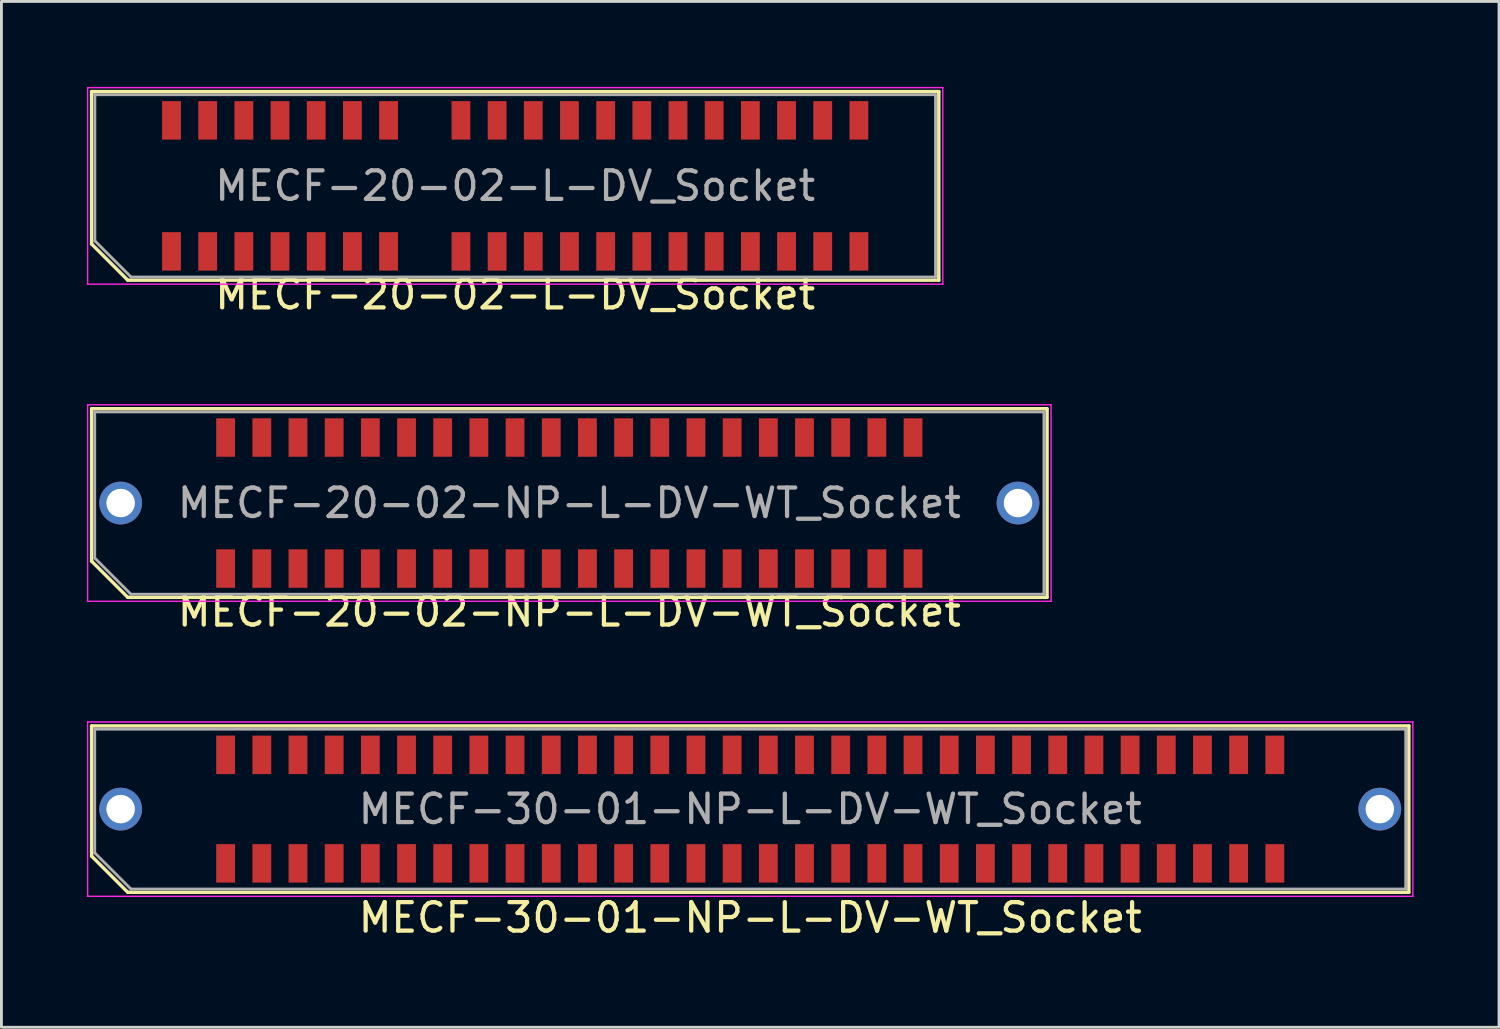
<source format=kicad_pcb>
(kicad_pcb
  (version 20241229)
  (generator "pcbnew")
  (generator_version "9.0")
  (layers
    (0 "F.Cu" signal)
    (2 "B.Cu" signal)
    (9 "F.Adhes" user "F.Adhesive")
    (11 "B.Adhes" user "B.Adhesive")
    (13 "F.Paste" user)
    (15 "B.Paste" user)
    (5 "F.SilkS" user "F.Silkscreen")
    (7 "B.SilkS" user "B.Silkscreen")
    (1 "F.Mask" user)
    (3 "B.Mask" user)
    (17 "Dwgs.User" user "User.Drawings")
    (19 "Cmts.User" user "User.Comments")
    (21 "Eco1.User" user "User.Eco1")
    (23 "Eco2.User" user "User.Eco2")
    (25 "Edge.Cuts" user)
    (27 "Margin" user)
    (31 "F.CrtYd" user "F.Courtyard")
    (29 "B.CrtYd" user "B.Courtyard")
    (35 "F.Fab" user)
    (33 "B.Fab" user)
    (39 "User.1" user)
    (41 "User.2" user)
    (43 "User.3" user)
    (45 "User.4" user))
  (footprint "MECF-30-01-NP-L-DV-WT_Socket"
    (layer "F.Cu")
    (at 23.285 25.352)
    (property "Reference" "MECF-30-01-NP-L-DV-WT_Socket" (at 0 3.81 0) (layer "F.SilkS") (effects (font (size 1 1) (thickness 0.15))))
    (attr smd)
    (fp_line (start -23.12 -2.92) (end 23.12 -2.92) (stroke (width 0.12) (type solid)) (layer "F.SilkS"))
    (fp_line (start -23.12 1.65) (end -23.12 -2.92) (stroke (width 0.12) (type solid)) (layer "F.SilkS"))
    (fp_line (start -21.85 2.92) (end -23.12 1.65) (stroke (width 0.12) (type solid)) (layer "F.SilkS"))
    (fp_line (start -21.85 2.92) (end 23.12 2.92) (stroke (width 0.12) (type solid)) (layer "F.SilkS"))
    (fp_line (start 23.12 2.92) (end 23.12 -2.92) (stroke (width 0.12) (type solid)) (layer "F.SilkS"))
    (fp_line (start -23.26 -3.06) (end -23.26 3.06) (stroke (width 0.05) (type solid)) (layer "F.CrtYd"))
    (fp_line (start -23.26 3.06) (end 23.26 3.06) (stroke (width 0.05) (type solid)) (layer "F.CrtYd"))
    (fp_line (start 23.26 -3.06) (end -23.26 -3.06) (stroke (width 0.05) (type solid)) (layer "F.CrtYd"))
    (fp_line (start 23.26 3.06) (end 23.26 -3.06) (stroke (width 0.05) (type solid)) (layer "F.CrtYd"))
    (fp_line (start -23.01 -2.805) (end 23.01 -2.805) (stroke (width 0.1) (type solid)) (layer "F.Fab"))
    (fp_line (start -23.01 1.535) (end -23.01 -2.805) (stroke (width 0.1) (type solid)) (layer "F.Fab"))
    (fp_line (start -23.01 1.535) (end -21.74 2.805) (stroke (width 0.1) (type solid)) (layer "F.Fab"))
    (fp_line (start -21.74 2.805) (end 23.01 2.805) (stroke (width 0.1) (type solid)) (layer "F.Fab"))
    (fp_line (start 23.01 2.805) (end 23.01 -2.805) (stroke (width 0.1) (type solid)) (layer "F.Fab"))
    (fp_text user "${REFERENCE}" (at 0 0 0) (layer "F.Fab") (effects (font (size 1 1) (thickness 0.15))))
    (pad "" thru_hole circle (at -22.1 0) (size 1.5 1.5) (drill 1) (layers "*.Cu" "*.Mask"))
    (pad "" np_thru_hole circle (at -20.195 0) (size 0.001 0.001) (drill 1.45) (layers "*.Cu" "*.Mask"))
    (pad "" np_thru_hole circle (at 20.195 1) (size 0.001 0.001) (drill 1.45) (layers "*.Cu" "*.Mask"))
    (pad "" thru_hole circle (at 22.1 0) (size 1.5 1.5) (drill 1) (layers "*.Cu" "*.Mask"))
    (pad "1" smd rect (at -18.415 1.905) (size 0.66 1.35) (layers "F.Cu" "F.Mask" "F.Paste"))
    (pad "2" smd rect (at -18.415 -1.905) (size 0.66 1.35) (layers "F.Cu" "F.Mask" "F.Paste"))
    (pad "3" smd rect (at -17.145 1.905) (size 0.66 1.35) (layers "F.Cu" "F.Mask" "F.Paste"))
    (pad "4" smd rect (at -17.145 -1.905) (size 0.66 1.35) (layers "F.Cu" "F.Mask" "F.Paste"))
    (pad "5" smd rect (at -15.875 1.905) (size 0.66 1.35) (layers "F.Cu" "F.Mask" "F.Paste"))
    (pad "6" smd rect (at -15.875 -1.905) (size 0.66 1.35) (layers "F.Cu" "F.Mask" "F.Paste"))
    (pad "7" smd rect (at -14.605 1.905) (size 0.66 1.35) (layers "F.Cu" "F.Mask" "F.Paste"))
    (pad "8" smd rect (at -14.605 -1.905) (size 0.66 1.35) (layers "F.Cu" "F.Mask" "F.Paste"))
    (pad "9" smd rect (at -13.335 1.905) (size 0.66 1.35) (layers "F.Cu" "F.Mask" "F.Paste"))
    (pad "10" smd rect (at -13.335 -1.905) (size 0.66 1.35) (layers "F.Cu" "F.Mask" "F.Paste"))
    (pad "11" smd rect (at -12.065 1.905) (size 0.66 1.35) (layers "F.Cu" "F.Mask" "F.Paste"))
    (pad "12" smd rect (at -12.065 -1.905) (size 0.66 1.35) (layers "F.Cu" "F.Mask" "F.Paste"))
    (pad "13" smd rect (at -10.795 1.905) (size 0.66 1.35) (layers "F.Cu" "F.Mask" "F.Paste"))
    (pad "14" smd rect (at -10.795 -1.905) (size 0.66 1.35) (layers "F.Cu" "F.Mask" "F.Paste"))
    (pad "15" smd rect (at -9.525 1.905) (size 0.66 1.35) (layers "F.Cu" "F.Mask" "F.Paste"))
    (pad "16" smd rect (at -9.525 -1.905) (size 0.66 1.35) (layers "F.Cu" "F.Mask" "F.Paste"))
    (pad "17" smd rect (at -8.255 1.905) (size 0.66 1.35) (layers "F.Cu" "F.Mask" "F.Paste"))
    (pad "18" smd rect (at -8.255 -1.905) (size 0.66 1.35) (layers "F.Cu" "F.Mask" "F.Paste"))
    (pad "19" smd rect (at -6.985 1.905) (size 0.66 1.35) (layers "F.Cu" "F.Mask" "F.Paste"))
    (pad "20" smd rect (at -6.985 -1.905) (size 0.66 1.35) (layers "F.Cu" "F.Mask" "F.Paste"))
    (pad "21" smd rect (at -5.715 1.905) (size 0.66 1.35) (layers "F.Cu" "F.Mask" "F.Paste"))
    (pad "22" smd rect (at -5.715 -1.905) (size 0.66 1.35) (layers "F.Cu" "F.Mask" "F.Paste"))
    (pad "23" smd rect (at -4.445 1.905) (size 0.66 1.35) (layers "F.Cu" "F.Mask" "F.Paste"))
    (pad "24" smd rect (at -4.445 -1.905) (size 0.66 1.35) (layers "F.Cu" "F.Mask" "F.Paste"))
    (pad "25" smd rect (at -3.175 1.905) (size 0.66 1.35) (layers "F.Cu" "F.Mask" "F.Paste"))
    (pad "26" smd rect (at -3.175 -1.905) (size 0.66 1.35) (layers "F.Cu" "F.Mask" "F.Paste"))
    (pad "27" smd rect (at -1.905 1.905) (size 0.66 1.35) (layers "F.Cu" "F.Mask" "F.Paste"))
    (pad "28" smd rect (at -1.905 -1.905) (size 0.66 1.35) (layers "F.Cu" "F.Mask" "F.Paste"))
    (pad "29" smd rect (at -0.635 1.905) (size 0.66 1.35) (layers "F.Cu" "F.Mask" "F.Paste"))
    (pad "30" smd rect (at -0.635 -1.905) (size 0.66 1.35) (layers "F.Cu" "F.Mask" "F.Paste"))
    (pad "31" smd rect (at 0.635 1.905) (size 0.66 1.35) (layers "F.Cu" "F.Mask" "F.Paste"))
    (pad "32" smd rect (at 0.635 -1.905) (size 0.66 1.35) (layers "F.Cu" "F.Mask" "F.Paste"))
    (pad "33" smd rect (at 1.905 1.905) (size 0.66 1.35) (layers "F.Cu" "F.Mask" "F.Paste"))
    (pad "34" smd rect (at 1.905 -1.905) (size 0.66 1.35) (layers "F.Cu" "F.Mask" "F.Paste"))
    (pad "35" smd rect (at 3.175 1.905) (size 0.66 1.35) (layers "F.Cu" "F.Mask" "F.Paste"))
    (pad "36" smd rect (at 3.175 -1.905) (size 0.66 1.35) (layers "F.Cu" "F.Mask" "F.Paste"))
    (pad "37" smd rect (at 4.445 1.905) (size 0.66 1.35) (layers "F.Cu" "F.Mask" "F.Paste"))
    (pad "38" smd rect (at 4.445 -1.905) (size 0.66 1.35) (layers "F.Cu" "F.Mask" "F.Paste"))
    (pad "39" smd rect (at 5.715 1.905) (size 0.66 1.35) (layers "F.Cu" "F.Mask" "F.Paste"))
    (pad "40" smd rect (at 5.715 -1.905) (size 0.66 1.35) (layers "F.Cu" "F.Mask" "F.Paste"))
    (pad "41" smd rect (at 6.985 1.905) (size 0.66 1.35) (layers "F.Cu" "F.Mask" "F.Paste"))
    (pad "42" smd rect (at 6.985 -1.905) (size 0.66 1.35) (layers "F.Cu" "F.Mask" "F.Paste"))
    (pad "43" smd rect (at 8.255 1.905) (size 0.66 1.35) (layers "F.Cu" "F.Mask" "F.Paste"))
    (pad "44" smd rect (at 8.255 -1.905) (size 0.66 1.35) (layers "F.Cu" "F.Mask" "F.Paste"))
    (pad "45" smd rect (at 9.525 1.905) (size 0.66 1.35) (layers "F.Cu" "F.Mask" "F.Paste"))
    (pad "46" smd rect (at 9.525 -1.905) (size 0.66 1.35) (layers "F.Cu" "F.Mask" "F.Paste"))
    (pad "47" smd rect (at 10.795 1.905) (size 0.66 1.35) (layers "F.Cu" "F.Mask" "F.Paste"))
    (pad "48" smd rect (at 10.795 -1.905) (size 0.66 1.35) (layers "F.Cu" "F.Mask" "F.Paste"))
    (pad "49" smd rect (at 12.065 1.905) (size 0.66 1.35) (layers "F.Cu" "F.Mask" "F.Paste"))
    (pad "50" smd rect (at 12.065 -1.905) (size 0.66 1.35) (layers "F.Cu" "F.Mask" "F.Paste"))
    (pad "51" smd rect (at 13.335 1.905) (size 0.66 1.35) (layers "F.Cu" "F.Mask" "F.Paste"))
    (pad "52" smd rect (at 13.335 -1.905) (size 0.66 1.35) (layers "F.Cu" "F.Mask" "F.Paste"))
    (pad "53" smd rect (at 14.605 1.905) (size 0.66 1.35) (layers "F.Cu" "F.Mask" "F.Paste"))
    (pad "54" smd rect (at 14.605 -1.905) (size 0.66 1.35) (layers "F.Cu" "F.Mask" "F.Paste"))
    (pad "55" smd rect (at 15.875 1.905) (size 0.66 1.35) (layers "F.Cu" "F.Mask" "F.Paste"))
    (pad "56" smd rect (at 15.875 -1.905) (size 0.66 1.35) (layers "F.Cu" "F.Mask" "F.Paste"))
    (pad "57" smd rect (at 17.145 1.905) (size 0.66 1.35) (layers "F.Cu" "F.Mask" "F.Paste"))
    (pad "58" smd rect (at 17.145 -1.905) (size 0.66 1.35) (layers "F.Cu" "F.Mask" "F.Paste"))
    (pad "59" smd rect (at 18.415 1.905) (size 0.66 1.35) (layers "F.Cu" "F.Mask" "F.Paste"))
    (pad "60" smd rect (at 18.415 -1.905) (size 0.66 1.35) (layers "F.Cu" "F.Mask" "F.Paste")))
  (footprint "MECF-20-02-L-DV_Socket"
    (layer "F.Cu")
    (at 15.035 3.475)
    (property "Reference" "MECF-20-02-L-DV_Socket" (at 0 3.81 0) (layer "F.SilkS") (effects (font (size 1 1) (thickness 0.15))))
    (attr smd)
    (fp_line (start -14.87 -3.31) (end 14.87 -3.31) (stroke (width 0.12) (type solid)) (layer "F.SilkS"))
    (fp_line (start -14.87 2.04) (end -14.87 -3.31) (stroke (width 0.12) (type solid)) (layer "F.SilkS"))
    (fp_line (start -13.6 3.31) (end -14.87 2.04) (stroke (width 0.12) (type solid)) (layer "F.SilkS"))
    (fp_line (start -13.6 3.31) (end 14.87 3.31) (stroke (width 0.12) (type solid)) (layer "F.SilkS"))
    (fp_line (start 14.87 3.31) (end 14.87 -3.31) (stroke (width 0.12) (type solid)) (layer "F.SilkS"))
    (fp_line (start -15.01 -3.45) (end -15.01 3.45) (stroke (width 0.05) (type solid)) (layer "F.CrtYd"))
    (fp_line (start -15.01 3.45) (end 15.01 3.45) (stroke (width 0.05) (type solid)) (layer "F.CrtYd"))
    (fp_line (start 15.01 -3.45) (end -15.01 -3.45) (stroke (width 0.05) (type solid)) (layer "F.CrtYd"))
    (fp_line (start 15.01 3.45) (end 15.01 -3.45) (stroke (width 0.05) (type solid)) (layer "F.CrtYd"))
    (fp_line (start -14.755 -3.2) (end 14.755 -3.2) (stroke (width 0.1) (type solid)) (layer "F.Fab"))
    (fp_line (start -14.755 1.93) (end -14.755 -3.2) (stroke (width 0.1) (type solid)) (layer "F.Fab"))
    (fp_line (start -14.755 1.93) (end -13.485 3.2) (stroke (width 0.1) (type solid)) (layer "F.Fab"))
    (fp_line (start -13.485 3.2) (end 14.755 3.2) (stroke (width 0.1) (type solid)) (layer "F.Fab"))
    (fp_line (start 14.755 3.2) (end 14.755 -3.2) (stroke (width 0.1) (type solid)) (layer "F.Fab"))
    (fp_text user "${REFERENCE}" (at 0 0 0) (layer "F.Fab") (effects (font (size 1 1) (thickness 0.15))))
    (pad "" np_thru_hole circle (at -13.845 0) (size 0.001 0.001) (drill 1.45) (layers "*.Cu" "*.Mask"))
    (pad "" np_thru_hole circle (at 13.845 1) (size 0.001 0.001) (drill 1.45) (layers "*.Cu" "*.Mask"))
    (pad "1" smd rect (at -12.065 2.3) (size 0.66 1.35) (layers "F.Cu" "F.Mask" "F.Paste"))
    (pad "2" smd rect (at -12.065 -2.3) (size 0.66 1.35) (layers "F.Cu" "F.Mask" "F.Paste"))
    (pad "3" smd rect (at -10.795 2.3) (size 0.66 1.35) (layers "F.Cu" "F.Mask" "F.Paste"))
    (pad "4" smd rect (at -10.795 -2.3) (size 0.66 1.35) (layers "F.Cu" "F.Mask" "F.Paste"))
    (pad "5" smd rect (at -9.525 2.3) (size 0.66 1.35) (layers "F.Cu" "F.Mask" "F.Paste"))
    (pad "6" smd rect (at -9.525 -2.3) (size 0.66 1.35) (layers "F.Cu" "F.Mask" "F.Paste"))
    (pad "7" smd rect (at -8.255 2.3) (size 0.66 1.35) (layers "F.Cu" "F.Mask" "F.Paste"))
    (pad "8" smd rect (at -8.255 -2.3) (size 0.66 1.35) (layers "F.Cu" "F.Mask" "F.Paste"))
    (pad "9" smd rect (at -6.985 2.3) (size 0.66 1.35) (layers "F.Cu" "F.Mask" "F.Paste"))
    (pad "10" smd rect (at -6.985 -2.3) (size 0.66 1.35) (layers "F.Cu" "F.Mask" "F.Paste"))
    (pad "11" smd rect (at -5.715 2.3) (size 0.66 1.35) (layers "F.Cu" "F.Mask" "F.Paste"))
    (pad "12" smd rect (at -5.715 -2.3) (size 0.66 1.35) (layers "F.Cu" "F.Mask" "F.Paste"))
    (pad "13" smd rect (at -4.445 2.3) (size 0.66 1.35) (layers "F.Cu" "F.Mask" "F.Paste"))
    (pad "14" smd rect (at -4.445 -2.3) (size 0.66 1.35) (layers "F.Cu" "F.Mask" "F.Paste"))
    (pad "17" smd rect (at -1.905 2.3) (size 0.66 1.35) (layers "F.Cu" "F.Mask" "F.Paste"))
    (pad "18" smd rect (at -1.905 -2.3) (size 0.66 1.35) (layers "F.Cu" "F.Mask" "F.Paste"))
    (pad "19" smd rect (at -0.635 2.3) (size 0.66 1.35) (layers "F.Cu" "F.Mask" "F.Paste"))
    (pad "20" smd rect (at -0.635 -2.3) (size 0.66 1.35) (layers "F.Cu" "F.Mask" "F.Paste"))
    (pad "21" smd rect (at 0.635 2.3) (size 0.66 1.35) (layers "F.Cu" "F.Mask" "F.Paste"))
    (pad "22" smd rect (at 0.635 -2.3) (size 0.66 1.35) (layers "F.Cu" "F.Mask" "F.Paste"))
    (pad "23" smd rect (at 1.905 2.3) (size 0.66 1.35) (layers "F.Cu" "F.Mask" "F.Paste"))
    (pad "24" smd rect (at 1.905 -2.3) (size 0.66 1.35) (layers "F.Cu" "F.Mask" "F.Paste"))
    (pad "25" smd rect (at 3.175 2.3) (size 0.66 1.35) (layers "F.Cu" "F.Mask" "F.Paste"))
    (pad "26" smd rect (at 3.175 -2.3) (size 0.66 1.35) (layers "F.Cu" "F.Mask" "F.Paste"))
    (pad "27" smd rect (at 4.445 2.3) (size 0.66 1.35) (layers "F.Cu" "F.Mask" "F.Paste"))
    (pad "28" smd rect (at 4.445 -2.3) (size 0.66 1.35) (layers "F.Cu" "F.Mask" "F.Paste"))
    (pad "29" smd rect (at 5.715 2.3) (size 0.66 1.35) (layers "F.Cu" "F.Mask" "F.Paste"))
    (pad "30" smd rect (at 5.715 -2.3) (size 0.66 1.35) (layers "F.Cu" "F.Mask" "F.Paste"))
    (pad "31" smd rect (at 6.985 2.3) (size 0.66 1.35) (layers "F.Cu" "F.Mask" "F.Paste"))
    (pad "32" smd rect (at 6.985 -2.3) (size 0.66 1.35) (layers "F.Cu" "F.Mask" "F.Paste"))
    (pad "33" smd rect (at 8.255 2.3) (size 0.66 1.35) (layers "F.Cu" "F.Mask" "F.Paste"))
    (pad "34" smd rect (at 8.255 -2.3) (size 0.66 1.35) (layers "F.Cu" "F.Mask" "F.Paste"))
    (pad "35" smd rect (at 9.525 2.3) (size 0.66 1.35) (layers "F.Cu" "F.Mask" "F.Paste"))
    (pad "36" smd rect (at 9.525 -2.3) (size 0.66 1.35) (layers "F.Cu" "F.Mask" "F.Paste"))
    (pad "37" smd rect (at 10.795 2.3) (size 0.66 1.35) (layers "F.Cu" "F.Mask" "F.Paste"))
    (pad "38" smd rect (at 10.795 -2.3) (size 0.66 1.35) (layers "F.Cu" "F.Mask" "F.Paste"))
    (pad "39" smd rect (at 12.065 2.3) (size 0.66 1.35) (layers "F.Cu" "F.Mask" "F.Paste"))
    (pad "40" smd rect (at 12.065 -2.3) (size 0.66 1.35) (layers "F.Cu" "F.Mask" "F.Paste")))
  (footprint "MECF-20-02-NP-L-DV-WT_Socket"
    (layer "F.Cu")
    (at 16.935 14.608)
    (property "Reference" "MECF-20-02-NP-L-DV-WT_Socket" (at 0 3.81 0) (layer "F.SilkS") (effects (font (size 1 1) (thickness 0.15))))
    (attr smd)
    (fp_line (start -16.77 -3.31) (end 16.77 -3.31) (stroke (width 0.12) (type solid)) (layer "F.SilkS"))
    (fp_line (start -16.77 2.04) (end -16.77 -3.31) (stroke (width 0.12) (type solid)) (layer "F.SilkS"))
    (fp_line (start -15.5 3.31) (end -16.77 2.04) (stroke (width 0.12) (type solid)) (layer "F.SilkS"))
    (fp_line (start -15.5 3.31) (end 16.77 3.31) (stroke (width 0.12) (type solid)) (layer "F.SilkS"))
    (fp_line (start 16.77 3.31) (end 16.77 -3.31) (stroke (width 0.12) (type solid)) (layer "F.SilkS"))
    (fp_line (start -16.91 -3.45) (end -16.91 3.45) (stroke (width 0.05) (type solid)) (layer "F.CrtYd"))
    (fp_line (start -16.91 3.45) (end 16.91 3.45) (stroke (width 0.05) (type solid)) (layer "F.CrtYd"))
    (fp_line (start 16.91 -3.45) (end -16.91 -3.45) (stroke (width 0.05) (type solid)) (layer "F.CrtYd"))
    (fp_line (start 16.91 3.45) (end 16.91 -3.45) (stroke (width 0.05) (type solid)) (layer "F.CrtYd"))
    (fp_line (start -16.66 -3.2) (end 16.66 -3.2) (stroke (width 0.1) (type solid)) (layer "F.Fab"))
    (fp_line (start -16.66 1.93) (end -16.66 -3.2) (stroke (width 0.1) (type solid)) (layer "F.Fab"))
    (fp_line (start -16.66 1.93) (end -15.39 3.2) (stroke (width 0.1) (type solid)) (layer "F.Fab"))
    (fp_line (start -15.39 3.2) (end 16.66 3.2) (stroke (width 0.1) (type solid)) (layer "F.Fab"))
    (fp_line (start 16.66 3.2) (end 16.66 -3.2) (stroke (width 0.1) (type solid)) (layer "F.Fab"))
    (fp_text user "${REFERENCE}" (at 0 0 0) (layer "F.Fab") (effects (font (size 1 1) (thickness 0.15))))
    (pad "" thru_hole circle (at -15.75 0) (size 1.5 1.5) (drill 1) (layers "*.Cu" "*.Mask"))
    (pad "" np_thru_hole circle (at -13.845 0) (size 0.001 0.001) (drill 1.45) (layers "*.Cu" "*.Mask"))
    (pad "" np_thru_hole circle (at 13.845 1) (size 0.001 0.001) (drill 1.45) (layers "*.Cu" "*.Mask"))
    (pad "" thru_hole circle (at 15.75 0) (size 1.5 1.5) (drill 1) (layers "*.Cu" "*.Mask"))
    (pad "1" smd rect (at -12.065 2.3) (size 0.66 1.35) (layers "F.Cu" "F.Mask" "F.Paste"))
    (pad "2" smd rect (at -12.065 -2.3) (size 0.66 1.35) (layers "F.Cu" "F.Mask" "F.Paste"))
    (pad "3" smd rect (at -10.795 2.3) (size 0.66 1.35) (layers "F.Cu" "F.Mask" "F.Paste"))
    (pad "4" smd rect (at -10.795 -2.3) (size 0.66 1.35) (layers "F.Cu" "F.Mask" "F.Paste"))
    (pad "5" smd rect (at -9.525 2.3) (size 0.66 1.35) (layers "F.Cu" "F.Mask" "F.Paste"))
    (pad "6" smd rect (at -9.525 -2.3) (size 0.66 1.35) (layers "F.Cu" "F.Mask" "F.Paste"))
    (pad "7" smd rect (at -8.255 2.3) (size 0.66 1.35) (layers "F.Cu" "F.Mask" "F.Paste"))
    (pad "8" smd rect (at -8.255 -2.3) (size 0.66 1.35) (layers "F.Cu" "F.Mask" "F.Paste"))
    (pad "9" smd rect (at -6.985 2.3) (size 0.66 1.35) (layers "F.Cu" "F.Mask" "F.Paste"))
    (pad "10" smd rect (at -6.985 -2.3) (size 0.66 1.35) (layers "F.Cu" "F.Mask" "F.Paste"))
    (pad "11" smd rect (at -5.715 2.3) (size 0.66 1.35) (layers "F.Cu" "F.Mask" "F.Paste"))
    (pad "12" smd rect (at -5.715 -2.3) (size 0.66 1.35) (layers "F.Cu" "F.Mask" "F.Paste"))
    (pad "13" smd rect (at -4.445 2.3) (size 0.66 1.35) (layers "F.Cu" "F.Mask" "F.Paste"))
    (pad "14" smd rect (at -4.445 -2.3) (size 0.66 1.35) (layers "F.Cu" "F.Mask" "F.Paste"))
    (pad "15" smd rect (at -3.175 2.3) (size 0.66 1.35) (layers "F.Cu" "F.Mask" "F.Paste"))
    (pad "16" smd rect (at -3.175 -2.3) (size 0.66 1.35) (layers "F.Cu" "F.Mask" "F.Paste"))
    (pad "17" smd rect (at -1.905 2.3) (size 0.66 1.35) (layers "F.Cu" "F.Mask" "F.Paste"))
    (pad "18" smd rect (at -1.905 -2.3) (size 0.66 1.35) (layers "F.Cu" "F.Mask" "F.Paste"))
    (pad "19" smd rect (at -0.635 2.3) (size 0.66 1.35) (layers "F.Cu" "F.Mask" "F.Paste"))
    (pad "20" smd rect (at -0.635 -2.3) (size 0.66 1.35) (layers "F.Cu" "F.Mask" "F.Paste"))
    (pad "21" smd rect (at 0.635 2.3) (size 0.66 1.35) (layers "F.Cu" "F.Mask" "F.Paste"))
    (pad "22" smd rect (at 0.635 -2.3) (size 0.66 1.35) (layers "F.Cu" "F.Mask" "F.Paste"))
    (pad "23" smd rect (at 1.905 2.3) (size 0.66 1.35) (layers "F.Cu" "F.Mask" "F.Paste"))
    (pad "24" smd rect (at 1.905 -2.3) (size 0.66 1.35) (layers "F.Cu" "F.Mask" "F.Paste"))
    (pad "25" smd rect (at 3.175 2.3) (size 0.66 1.35) (layers "F.Cu" "F.Mask" "F.Paste"))
    (pad "26" smd rect (at 3.175 -2.3) (size 0.66 1.35) (layers "F.Cu" "F.Mask" "F.Paste"))
    (pad "27" smd rect (at 4.445 2.3) (size 0.66 1.35) (layers "F.Cu" "F.Mask" "F.Paste"))
    (pad "28" smd rect (at 4.445 -2.3) (size 0.66 1.35) (layers "F.Cu" "F.Mask" "F.Paste"))
    (pad "29" smd rect (at 5.715 2.3) (size 0.66 1.35) (layers "F.Cu" "F.Mask" "F.Paste"))
    (pad "30" smd rect (at 5.715 -2.3) (size 0.66 1.35) (layers "F.Cu" "F.Mask" "F.Paste"))
    (pad "31" smd rect (at 6.985 2.3) (size 0.66 1.35) (layers "F.Cu" "F.Mask" "F.Paste"))
    (pad "32" smd rect (at 6.985 -2.3) (size 0.66 1.35) (layers "F.Cu" "F.Mask" "F.Paste"))
    (pad "33" smd rect (at 8.255 2.3) (size 0.66 1.35) (layers "F.Cu" "F.Mask" "F.Paste"))
    (pad "34" smd rect (at 8.255 -2.3) (size 0.66 1.35) (layers "F.Cu" "F.Mask" "F.Paste"))
    (pad "35" smd rect (at 9.525 2.3) (size 0.66 1.35) (layers "F.Cu" "F.Mask" "F.Paste"))
    (pad "36" smd rect (at 9.525 -2.3) (size 0.66 1.35) (layers "F.Cu" "F.Mask" "F.Paste"))
    (pad "37" smd rect (at 10.795 2.3) (size 0.66 1.35) (layers "F.Cu" "F.Mask" "F.Paste"))
    (pad "38" smd rect (at 10.795 -2.3) (size 0.66 1.35) (layers "F.Cu" "F.Mask" "F.Paste"))
    (pad "39" smd rect (at 12.065 2.3) (size 0.66 1.35) (layers "F.Cu" "F.Mask" "F.Paste"))
    (pad "40" smd rect (at 12.065 -2.3) (size 0.66 1.35) (layers "F.Cu" "F.Mask" "F.Paste")))
  (gr_rect
    (start -3 -3)
    (end 49.57 33.01)
    (stroke (width 0.1) (type default))
    (fill no)
    (layer "Edge.Cuts")))
</source>
